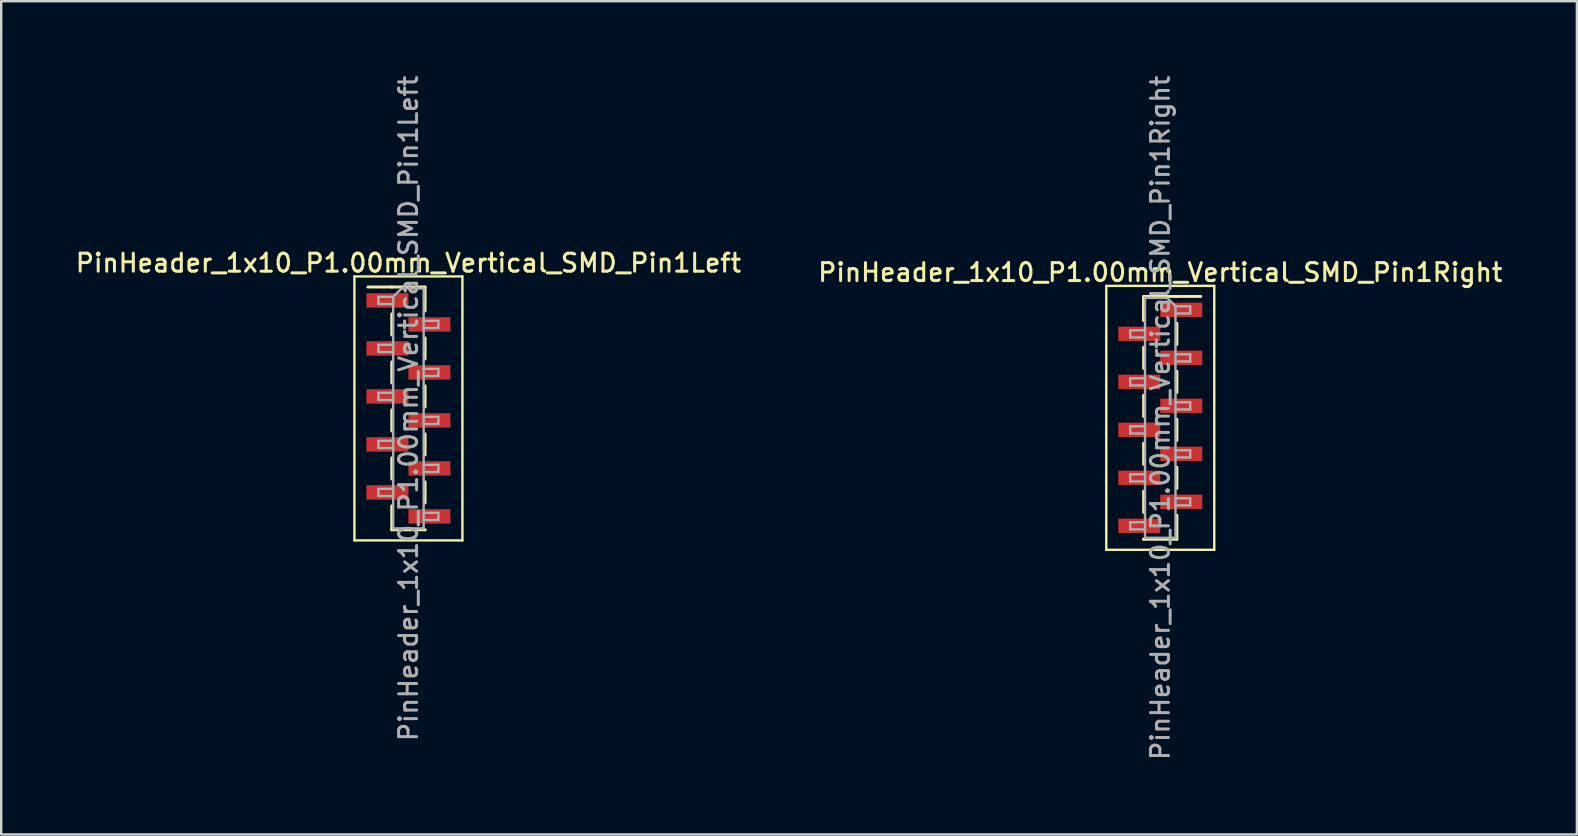
<source format=kicad_pcb>
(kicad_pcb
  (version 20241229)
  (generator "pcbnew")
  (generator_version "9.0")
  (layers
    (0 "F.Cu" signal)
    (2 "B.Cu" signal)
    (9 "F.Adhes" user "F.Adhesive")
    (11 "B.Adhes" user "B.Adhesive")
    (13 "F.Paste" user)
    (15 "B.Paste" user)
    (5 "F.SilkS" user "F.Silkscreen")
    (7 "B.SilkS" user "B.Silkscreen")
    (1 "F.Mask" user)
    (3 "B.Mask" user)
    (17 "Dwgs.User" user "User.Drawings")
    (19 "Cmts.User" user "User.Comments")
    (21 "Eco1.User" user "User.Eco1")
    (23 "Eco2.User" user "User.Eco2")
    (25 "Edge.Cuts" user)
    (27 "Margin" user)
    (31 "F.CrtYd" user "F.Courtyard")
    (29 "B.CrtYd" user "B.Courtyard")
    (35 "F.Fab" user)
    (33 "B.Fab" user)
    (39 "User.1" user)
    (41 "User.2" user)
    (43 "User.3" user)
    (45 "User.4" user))
  (footprint "PinHeader_1x10_P1.00mm_Vertical_SMD_Pin1Left"
    (layer "F.Cu")
    (at 13.97 13.97)
    (property "Reference" "PinHeader_1x10_P1.00mm_Vertical_SMD_Pin1Left" (at 0 -6.06 0) (layer "F.SilkS") (effects (font (size 0.75 0.75) (thickness 0.125))))
    (attr smd)
    (fp_line (start -2.25 -5.5) (end -2.25 5.5) (stroke (width 0.1) (type solid)) (layer "F.SilkS"))
    (fp_line (start -2.25 5.5) (end 2.25 5.5) (stroke (width 0.1) (type solid)) (layer "F.SilkS"))
    (fp_line (start -0.695 -5.06) (end -1.69 -5.06) (stroke (width 0.12) (type solid)) (layer "F.SilkS"))
    (fp_line (start -0.695 -5.06) (end -0.695 -5.06) (stroke (width 0.12) (type solid)) (layer "F.SilkS"))
    (fp_line (start -0.695 -5.06) (end 0.695 -5.06) (stroke (width 0.12) (type solid)) (layer "F.SilkS"))
    (fp_line (start -0.695 -3.94) (end -0.695 -3.06) (stroke (width 0.12) (type solid)) (layer "F.SilkS"))
    (fp_line (start -0.695 -1.94) (end -0.695 -1.06) (stroke (width 0.12) (type solid)) (layer "F.SilkS"))
    (fp_line (start -0.695 0.06) (end -0.695 0.94) (stroke (width 0.12) (type solid)) (layer "F.SilkS"))
    (fp_line (start -0.695 2.06) (end -0.695 2.94) (stroke (width 0.12) (type solid)) (layer "F.SilkS"))
    (fp_line (start -0.695 4.06) (end -0.695 5.06) (stroke (width 0.12) (type solid)) (layer "F.SilkS"))
    (fp_line (start -0.695 5.06) (end 0.695 5.06) (stroke (width 0.12) (type solid)) (layer "F.SilkS"))
    (fp_line (start 0.695 -5.06) (end 0.695 -4.06) (stroke (width 0.12) (type solid)) (layer "F.SilkS"))
    (fp_line (start 0.695 -2.94) (end 0.695 -2.06) (stroke (width 0.12) (type solid)) (layer "F.SilkS"))
    (fp_line (start 0.695 -0.94) (end 0.695 -0.06) (stroke (width 0.12) (type solid)) (layer "F.SilkS"))
    (fp_line (start 0.695 1.06) (end 0.695 1.94) (stroke (width 0.12) (type solid)) (layer "F.SilkS"))
    (fp_line (start 0.695 3.06) (end 0.695 3.94) (stroke (width 0.12) (type solid)) (layer "F.SilkS"))
    (fp_line (start 0.695 5.06) (end 0.695 5.06) (stroke (width 0.12) (type solid)) (layer "F.SilkS"))
    (fp_line (start 2.25 -5.5) (end -2.25 -5.5) (stroke (width 0.1) (type solid)) (layer "F.SilkS"))
    (fp_line (start 2.25 5.5) (end 2.25 -5.5) (stroke (width 0.1) (type solid)) (layer "F.SilkS"))
    (fp_line (start -1.25 -4.65) (end -1.25 -4.35) (stroke (width 0.1) (type solid)) (layer "F.Fab"))
    (fp_line (start -1.25 -4.35) (end -0.635 -4.35) (stroke (width 0.1) (type solid)) (layer "F.Fab"))
    (fp_line (start -1.25 -2.65) (end -1.25 -2.35) (stroke (width 0.1) (type solid)) (layer "F.Fab"))
    (fp_line (start -1.25 -2.35) (end -0.635 -2.35) (stroke (width 0.1) (type solid)) (layer "F.Fab"))
    (fp_line (start -1.25 -0.65) (end -1.25 -0.35) (stroke (width 0.1) (type solid)) (layer "F.Fab"))
    (fp_line (start -1.25 -0.35) (end -0.635 -0.35) (stroke (width 0.1) (type solid)) (layer "F.Fab"))
    (fp_line (start -1.25 1.35) (end -1.25 1.65) (stroke (width 0.1) (type solid)) (layer "F.Fab"))
    (fp_line (start -1.25 1.65) (end -0.635 1.65) (stroke (width 0.1) (type solid)) (layer "F.Fab"))
    (fp_line (start -1.25 3.35) (end -1.25 3.65) (stroke (width 0.1) (type solid)) (layer "F.Fab"))
    (fp_line (start -1.25 3.65) (end -0.635 3.65) (stroke (width 0.1) (type solid)) (layer "F.Fab"))
    (fp_line (start -0.635 -4.65) (end -1.25 -4.65) (stroke (width 0.1) (type solid)) (layer "F.Fab"))
    (fp_line (start -0.635 -4.65) (end -0.285 -5) (stroke (width 0.1) (type solid)) (layer "F.Fab"))
    (fp_line (start -0.635 -2.65) (end -1.25 -2.65) (stroke (width 0.1) (type solid)) (layer "F.Fab"))
    (fp_line (start -0.635 -0.65) (end -1.25 -0.65) (stroke (width 0.1) (type solid)) (layer "F.Fab"))
    (fp_line (start -0.635 1.35) (end -1.25 1.35) (stroke (width 0.1) (type solid)) (layer "F.Fab"))
    (fp_line (start -0.635 3.35) (end -1.25 3.35) (stroke (width 0.1) (type solid)) (layer "F.Fab"))
    (fp_line (start -0.635 5) (end -0.635 -4.65) (stroke (width 0.1) (type solid)) (layer "F.Fab"))
    (fp_line (start -0.285 -5) (end 0.635 -5) (stroke (width 0.1) (type solid)) (layer "F.Fab"))
    (fp_line (start 0.635 -5) (end 0.635 5) (stroke (width 0.1) (type solid)) (layer "F.Fab"))
    (fp_line (start 0.635 -3.65) (end 1.25 -3.65) (stroke (width 0.1) (type solid)) (layer "F.Fab"))
    (fp_line (start 0.635 -1.65) (end 1.25 -1.65) (stroke (width 0.1) (type solid)) (layer "F.Fab"))
    (fp_line (start 0.635 0.35) (end 1.25 0.35) (stroke (width 0.1) (type solid)) (layer "F.Fab"))
    (fp_line (start 0.635 2.35) (end 1.25 2.35) (stroke (width 0.1) (type solid)) (layer "F.Fab"))
    (fp_line (start 0.635 4.35) (end 1.25 4.35) (stroke (width 0.1) (type solid)) (layer "F.Fab"))
    (fp_line (start 0.635 5) (end -0.635 5) (stroke (width 0.1) (type solid)) (layer "F.Fab"))
    (fp_line (start 1.25 -3.65) (end 1.25 -3.35) (stroke (width 0.1) (type solid)) (layer "F.Fab"))
    (fp_line (start 1.25 -3.35) (end 0.635 -3.35) (stroke (width 0.1) (type solid)) (layer "F.Fab"))
    (fp_line (start 1.25 -1.65) (end 1.25 -1.35) (stroke (width 0.1) (type solid)) (layer "F.Fab"))
    (fp_line (start 1.25 -1.35) (end 0.635 -1.35) (stroke (width 0.1) (type solid)) (layer "F.Fab"))
    (fp_line (start 1.25 0.35) (end 1.25 0.65) (stroke (width 0.1) (type solid)) (layer "F.Fab"))
    (fp_line (start 1.25 0.65) (end 0.635 0.65) (stroke (width 0.1) (type solid)) (layer "F.Fab"))
    (fp_line (start 1.25 2.35) (end 1.25 2.65) (stroke (width 0.1) (type solid)) (layer "F.Fab"))
    (fp_line (start 1.25 2.65) (end 0.635 2.65) (stroke (width 0.1) (type solid)) (layer "F.Fab"))
    (fp_line (start 1.25 4.35) (end 1.25 4.65) (stroke (width 0.1) (type solid)) (layer "F.Fab"))
    (fp_line (start 1.25 4.65) (end 0.635 4.65) (stroke (width 0.1) (type solid)) (layer "F.Fab"))
    (fp_text user "${REFERENCE}" (at 0 0 90) (layer "F.Fab") (effects (font (size 0.75 0.75) (thickness 0.125))))
    (pad "1" smd rect (at -0.875 -4.5) (size 1.75 0.6) (layers "F.Cu" "F.Mask" "F.Paste"))
    (pad "2" smd rect (at 0.875 -3.5) (size 1.75 0.6) (layers "F.Cu" "F.Mask" "F.Paste"))
    (pad "3" smd rect (at -0.875 -2.5) (size 1.75 0.6) (layers "F.Cu" "F.Mask" "F.Paste"))
    (pad "4" smd rect (at 0.875 -1.5) (size 1.75 0.6) (layers "F.Cu" "F.Mask" "F.Paste"))
    (pad "5" smd rect (at -0.875 -0.5) (size 1.75 0.6) (layers "F.Cu" "F.Mask" "F.Paste"))
    (pad "6" smd rect (at 0.875 0.5) (size 1.75 0.6) (layers "F.Cu" "F.Mask" "F.Paste"))
    (pad "7" smd rect (at -0.875 1.5) (size 1.75 0.6) (layers "F.Cu" "F.Mask" "F.Paste"))
    (pad "8" smd rect (at 0.875 2.5) (size 1.75 0.6) (layers "F.Cu" "F.Mask" "F.Paste"))
    (pad "9" smd rect (at -0.875 3.5) (size 1.75 0.6) (layers "F.Cu" "F.Mask" "F.Paste"))
    (pad "10" smd rect (at 0.875 4.5) (size 1.75 0.6) (layers "F.Cu" "F.Mask" "F.Paste")))
  (footprint "PinHeader_1x10_P1.00mm_Vertical_SMD_Pin1Right"
    (layer "F.Cu")
    (at 45.302 14.363)
    (property "Reference" "PinHeader_1x10_P1.00mm_Vertical_SMD_Pin1Right" (at 0 -6.06 0) (layer "F.SilkS") (effects (font (size 0.75 0.75) (thickness 0.125))))
    (attr smd)
    (fp_line (start -2.25 -5.5) (end -2.25 5.5) (stroke (width 0.1) (type solid)) (layer "F.SilkS"))
    (fp_line (start -2.25 5.5) (end 2.25 5.5) (stroke (width 0.1) (type solid)) (layer "F.SilkS"))
    (fp_line (start -0.695 -5.06) (end -0.695 -4.06) (stroke (width 0.12) (type solid)) (layer "F.SilkS"))
    (fp_line (start -0.695 -5.06) (end 0.695 -5.06) (stroke (width 0.12) (type solid)) (layer "F.SilkS"))
    (fp_line (start -0.695 -4.94) (end -0.695 -4.06) (stroke (width 0.12) (type solid)) (layer "F.SilkS"))
    (fp_line (start -0.695 -2.94) (end -0.695 -2.06) (stroke (width 0.12) (type solid)) (layer "F.SilkS"))
    (fp_line (start -0.695 -0.94) (end -0.695 -0.06) (stroke (width 0.12) (type solid)) (layer "F.SilkS"))
    (fp_line (start -0.695 1.06) (end -0.695 1.94) (stroke (width 0.12) (type solid)) (layer "F.SilkS"))
    (fp_line (start -0.695 3.06) (end -0.695 3.94) (stroke (width 0.12) (type solid)) (layer "F.SilkS"))
    (fp_line (start -0.695 5.06) (end -0.695 5.06) (stroke (width 0.12) (type solid)) (layer "F.SilkS"))
    (fp_line (start -0.695 5.06) (end 0.695 5.06) (stroke (width 0.12) (type solid)) (layer "F.SilkS"))
    (fp_line (start 0.695 -5.06) (end 0.695 -5.06) (stroke (width 0.12) (type solid)) (layer "F.SilkS"))
    (fp_line (start 0.695 -5.06) (end 1.69 -5.06) (stroke (width 0.12) (type solid)) (layer "F.SilkS"))
    (fp_line (start 0.695 -3.94) (end 0.695 -3.06) (stroke (width 0.12) (type solid)) (layer "F.SilkS"))
    (fp_line (start 0.695 -1.94) (end 0.695 -1.06) (stroke (width 0.12) (type solid)) (layer "F.SilkS"))
    (fp_line (start 0.695 0.06) (end 0.695 0.94) (stroke (width 0.12) (type solid)) (layer "F.SilkS"))
    (fp_line (start 0.695 2.06) (end 0.695 2.94) (stroke (width 0.12) (type solid)) (layer "F.SilkS"))
    (fp_line (start 0.695 4.06) (end 0.695 5.06) (stroke (width 0.12) (type solid)) (layer "F.SilkS"))
    (fp_line (start 2.25 -5.5) (end -2.25 -5.5) (stroke (width 0.1) (type solid)) (layer "F.SilkS"))
    (fp_line (start 2.25 5.5) (end 2.25 -5.5) (stroke (width 0.1) (type solid)) (layer "F.SilkS"))
    (fp_line (start -1.25 -3.65) (end -1.25 -3.35) (stroke (width 0.1) (type solid)) (layer "F.Fab"))
    (fp_line (start -1.25 -3.35) (end -0.635 -3.35) (stroke (width 0.1) (type solid)) (layer "F.Fab"))
    (fp_line (start -1.25 -1.65) (end -1.25 -1.35) (stroke (width 0.1) (type solid)) (layer "F.Fab"))
    (fp_line (start -1.25 -1.35) (end -0.635 -1.35) (stroke (width 0.1) (type solid)) (layer "F.Fab"))
    (fp_line (start -1.25 0.35) (end -1.25 0.65) (stroke (width 0.1) (type solid)) (layer "F.Fab"))
    (fp_line (start -1.25 0.65) (end -0.635 0.65) (stroke (width 0.1) (type solid)) (layer "F.Fab"))
    (fp_line (start -1.25 2.35) (end -1.25 2.65) (stroke (width 0.1) (type solid)) (layer "F.Fab"))
    (fp_line (start -1.25 2.65) (end -0.635 2.65) (stroke (width 0.1) (type solid)) (layer "F.Fab"))
    (fp_line (start -1.25 4.35) (end -1.25 4.65) (stroke (width 0.1) (type solid)) (layer "F.Fab"))
    (fp_line (start -1.25 4.65) (end -0.635 4.65) (stroke (width 0.1) (type solid)) (layer "F.Fab"))
    (fp_line (start -0.635 -5) (end -0.635 5) (stroke (width 0.1) (type solid)) (layer "F.Fab"))
    (fp_line (start -0.635 -5) (end 0.285 -5) (stroke (width 0.1) (type solid)) (layer "F.Fab"))
    (fp_line (start -0.635 -3.65) (end -1.25 -3.65) (stroke (width 0.1) (type solid)) (layer "F.Fab"))
    (fp_line (start -0.635 -1.65) (end -1.25 -1.65) (stroke (width 0.1) (type solid)) (layer "F.Fab"))
    (fp_line (start -0.635 0.35) (end -1.25 0.35) (stroke (width 0.1) (type solid)) (layer "F.Fab"))
    (fp_line (start -0.635 2.35) (end -1.25 2.35) (stroke (width 0.1) (type solid)) (layer "F.Fab"))
    (fp_line (start -0.635 4.35) (end -1.25 4.35) (stroke (width 0.1) (type solid)) (layer "F.Fab"))
    (fp_line (start 0.635 -4.65) (end 0.285 -5) (stroke (width 0.1) (type solid)) (layer "F.Fab"))
    (fp_line (start 0.635 -4.65) (end 1.25 -4.65) (stroke (width 0.1) (type solid)) (layer "F.Fab"))
    (fp_line (start 0.635 -2.65) (end 1.25 -2.65) (stroke (width 0.1) (type solid)) (layer "F.Fab"))
    (fp_line (start 0.635 -0.65) (end 1.25 -0.65) (stroke (width 0.1) (type solid)) (layer "F.Fab"))
    (fp_line (start 0.635 1.35) (end 1.25 1.35) (stroke (width 0.1) (type solid)) (layer "F.Fab"))
    (fp_line (start 0.635 3.35) (end 1.25 3.35) (stroke (width 0.1) (type solid)) (layer "F.Fab"))
    (fp_line (start 0.635 5) (end -0.635 5) (stroke (width 0.1) (type solid)) (layer "F.Fab"))
    (fp_line (start 0.635 5) (end 0.635 -4.65) (stroke (width 0.1) (type solid)) (layer "F.Fab"))
    (fp_line (start 1.25 -4.65) (end 1.25 -4.35) (stroke (width 0.1) (type solid)) (layer "F.Fab"))
    (fp_line (start 1.25 -4.35) (end 0.635 -4.35) (stroke (width 0.1) (type solid)) (layer "F.Fab"))
    (fp_line (start 1.25 -2.65) (end 1.25 -2.35) (stroke (width 0.1) (type solid)) (layer "F.Fab"))
    (fp_line (start 1.25 -2.35) (end 0.635 -2.35) (stroke (width 0.1) (type solid)) (layer "F.Fab"))
    (fp_line (start 1.25 -0.65) (end 1.25 -0.35) (stroke (width 0.1) (type solid)) (layer "F.Fab"))
    (fp_line (start 1.25 -0.35) (end 0.635 -0.35) (stroke (width 0.1) (type solid)) (layer "F.Fab"))
    (fp_line (start 1.25 1.35) (end 1.25 1.65) (stroke (width 0.1) (type solid)) (layer "F.Fab"))
    (fp_line (start 1.25 1.65) (end 0.635 1.65) (stroke (width 0.1) (type solid)) (layer "F.Fab"))
    (fp_line (start 1.25 3.35) (end 1.25 3.65) (stroke (width 0.1) (type solid)) (layer "F.Fab"))
    (fp_line (start 1.25 3.65) (end 0.635 3.65) (stroke (width 0.1) (type solid)) (layer "F.Fab"))
    (fp_text user "${REFERENCE}" (at 0 0 90) (layer "F.Fab") (effects (font (size 0.75 0.75) (thickness 0.125))))
    (pad "1" smd rect (at 0.875 -4.5) (size 1.75 0.6) (layers "F.Cu" "F.Mask" "F.Paste"))
    (pad "2" smd rect (at -0.875 -3.5) (size 1.75 0.6) (layers "F.Cu" "F.Mask" "F.Paste"))
    (pad "3" smd rect (at 0.875 -2.5) (size 1.75 0.6) (layers "F.Cu" "F.Mask" "F.Paste"))
    (pad "4" smd rect (at -0.875 -1.5) (size 1.75 0.6) (layers "F.Cu" "F.Mask" "F.Paste"))
    (pad "5" smd rect (at 0.875 -0.5) (size 1.75 0.6) (layers "F.Cu" "F.Mask" "F.Paste"))
    (pad "6" smd rect (at -0.875 0.5) (size 1.75 0.6) (layers "F.Cu" "F.Mask" "F.Paste"))
    (pad "7" smd rect (at 0.875 1.5) (size 1.75 0.6) (layers "F.Cu" "F.Mask" "F.Paste"))
    (pad "8" smd rect (at -0.875 2.5) (size 1.75 0.6) (layers "F.Cu" "F.Mask" "F.Paste"))
    (pad "9" smd rect (at 0.875 3.5) (size 1.75 0.6) (layers "F.Cu" "F.Mask" "F.Paste"))
    (pad "10" smd rect (at -0.875 4.5) (size 1.75 0.6) (layers "F.Cu" "F.Mask" "F.Paste")))
  (gr_rect
    (start -3 -3)
    (end 62.664 31.725)
    (stroke (width 0.1) (type default))
    (fill no)
    (layer "Edge.Cuts")))
</source>
